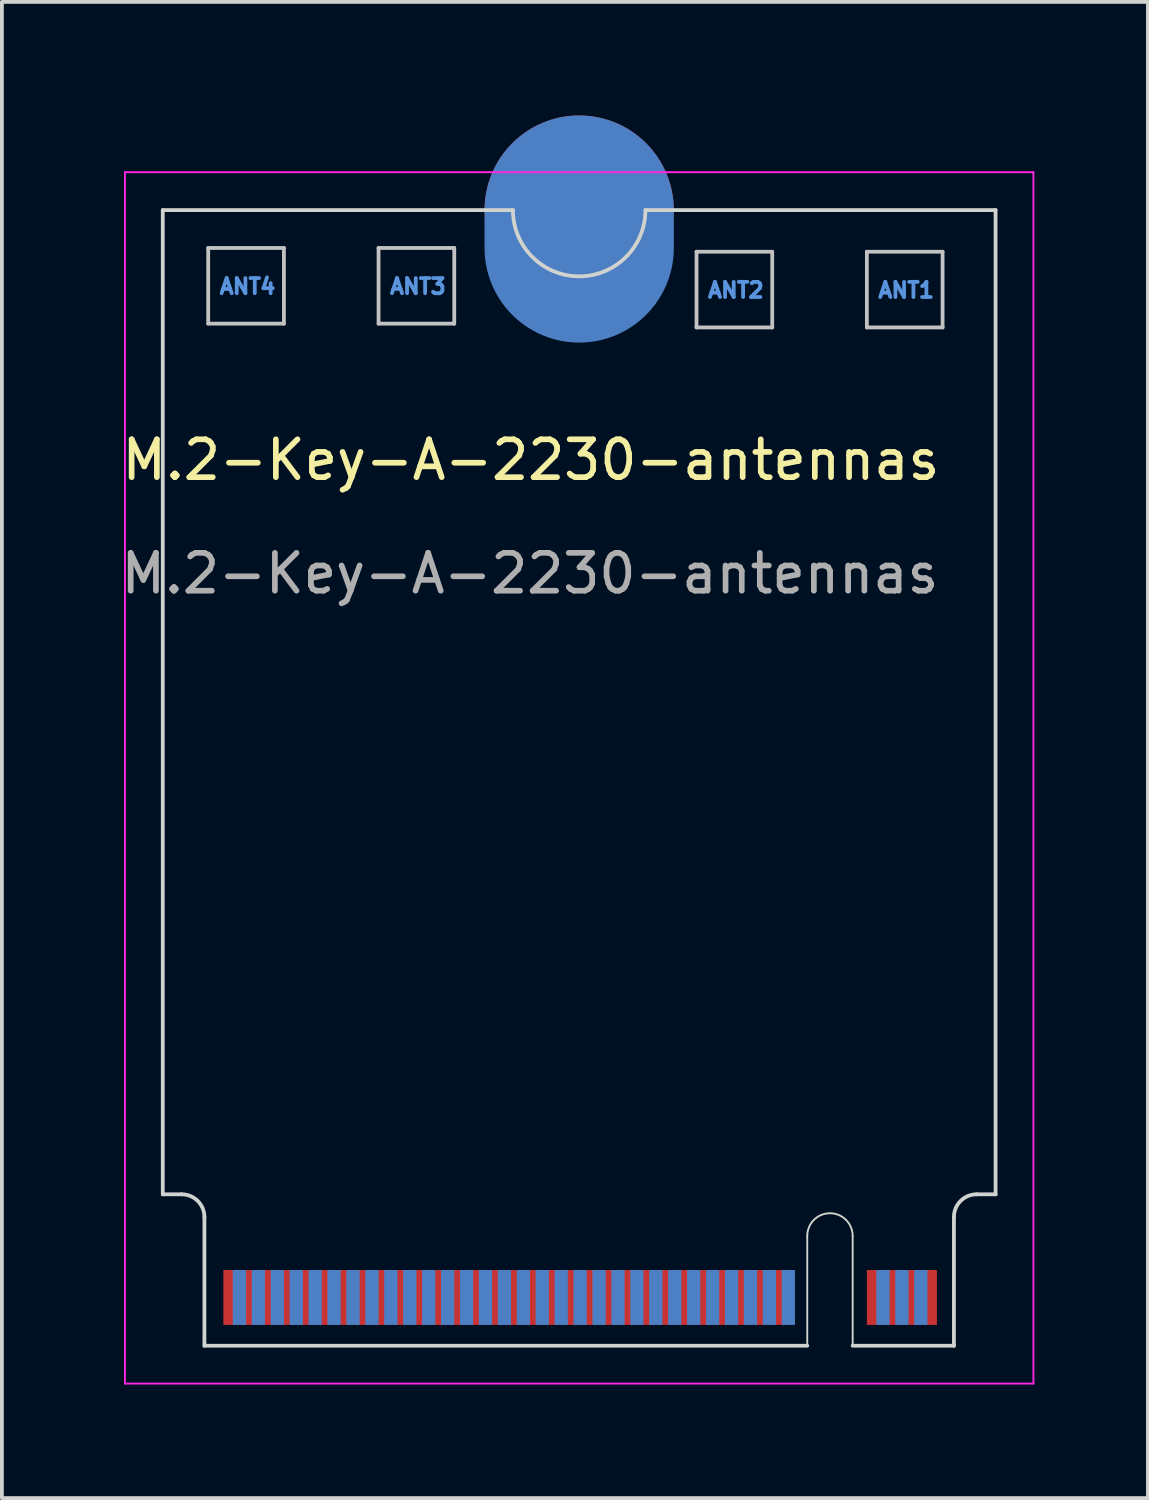
<source format=kicad_pcb>
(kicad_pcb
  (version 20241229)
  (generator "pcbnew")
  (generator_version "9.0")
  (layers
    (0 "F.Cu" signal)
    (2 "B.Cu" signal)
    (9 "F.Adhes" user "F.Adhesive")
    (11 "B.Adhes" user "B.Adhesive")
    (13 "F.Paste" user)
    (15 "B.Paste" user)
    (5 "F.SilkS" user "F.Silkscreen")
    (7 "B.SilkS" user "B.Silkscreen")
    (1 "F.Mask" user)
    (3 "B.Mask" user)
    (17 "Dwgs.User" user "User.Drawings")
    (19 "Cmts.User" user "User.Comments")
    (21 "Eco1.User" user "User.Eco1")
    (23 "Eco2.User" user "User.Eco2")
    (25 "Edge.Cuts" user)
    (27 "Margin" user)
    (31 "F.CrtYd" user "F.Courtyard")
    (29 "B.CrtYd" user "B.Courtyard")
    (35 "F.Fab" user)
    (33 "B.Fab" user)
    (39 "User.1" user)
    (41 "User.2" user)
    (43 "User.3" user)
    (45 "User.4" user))
  (footprint "M.2-Key-A-2230-antennas"
    (layer "F.Cu")
    (at 0.25 1.5)
    (property "Reference" "M.2-Key-A-2230-antennas" (at 10.725 7.6 0) (unlocked yes) (layer "F.SilkS") (effects (font (size 1 1) (thickness 0.15))))
    (fp_line (start 2.2 2) (end 2.2 4) (stroke (width 0.1) (type default)) (layer "Dwgs.User"))
    (fp_line (start 2.2 4) (end 4.2 4) (stroke (width 0.1) (type default)) (layer "Dwgs.User"))
    (fp_line (start 4.2 2) (end 2.2 2) (stroke (width 0.1) (type default)) (layer "Dwgs.User"))
    (fp_line (start 4.2 4) (end 4.2 2) (stroke (width 0.1) (type default)) (layer "Dwgs.User"))
    (fp_line (start 6.7 2) (end 8.7 2) (stroke (width 0.1) (type default)) (layer "Dwgs.User"))
    (fp_line (start 6.7 4) (end 6.7 2) (stroke (width 0.1) (type default)) (layer "Dwgs.User"))
    (fp_line (start 8.7 2) (end 8.7 4) (stroke (width 0.1) (type default)) (layer "Dwgs.User"))
    (fp_line (start 8.7 4) (end 6.7 4) (stroke (width 0.1) (type default)) (layer "Dwgs.User"))
    (fp_line (start 15.1 2.1) (end 17.1 2.1) (stroke (width 0.1) (type default)) (layer "Dwgs.User"))
    (fp_line (start 15.1 4.1) (end 15.1 2.1) (stroke (width 0.1) (type default)) (layer "Dwgs.User"))
    (fp_line (start 17.1 2.1) (end 17.1 4.1) (stroke (width 0.1) (type default)) (layer "Dwgs.User"))
    (fp_line (start 17.1 4.1) (end 15.1 4.1) (stroke (width 0.1) (type default)) (layer "Dwgs.User"))
    (fp_line (start 19.6 2.1) (end 21.6 2.1) (stroke (width 0.1) (type default)) (layer "Dwgs.User"))
    (fp_line (start 19.6 4.1) (end 19.6 2.1) (stroke (width 0.1) (type default)) (layer "Dwgs.User"))
    (fp_line (start 21.6 2.1) (end 21.6 4.1) (stroke (width 0.1) (type default)) (layer "Dwgs.User"))
    (fp_line (start 21.6 4.1) (end 19.6 4.1) (stroke (width 0.1) (type default)) (layer "Dwgs.User"))
    (fp_line (start 1 1) (end 1 27) (stroke (width 0.1) (type default)) (layer "Edge.Cuts"))
    (fp_line (start 1 1) (end 10.25 1) (stroke (width 0.1) (type default)) (layer "Edge.Cuts"))
    (fp_line (start 1 27) (end 1.5 27) (stroke (width 0.1) (type default)) (layer "Edge.Cuts"))
    (fp_line (start 2.1 27.6) (end 2.1 31) (stroke (width 0.1) (type default)) (layer "Edge.Cuts"))
    (fp_line (start 2.1 31) (end 18.025 31) (stroke (width 0.1) (type default)) (layer "Edge.Cuts"))
    (fp_line (start 18.025 31) (end 18.025 28.1) (stroke (width 0.05) (type default)) (layer "Edge.Cuts"))
    (fp_line (start 19.225 28.1) (end 19.225 31) (stroke (width 0.05) (type default)) (layer "Edge.Cuts"))
    (fp_line (start 19.225 31) (end 21.9 31) (stroke (width 0.1) (type default)) (layer "Edge.Cuts"))
    (fp_line (start 21.9 27.6) (end 21.9 31) (stroke (width 0.1) (type default)) (layer "Edge.Cuts"))
    (fp_line (start 23 1) (end 13.75 1) (stroke (width 0.1) (type default)) (layer "Edge.Cuts"))
    (fp_line (start 23 1) (end 23 27) (stroke (width 0.1) (type default)) (layer "Edge.Cuts"))
    (fp_line (start 23 27) (end 22.5 27) (stroke (width 0.1) (type default)) (layer "Edge.Cuts"))
    (fp_arc (start 1.5 27) (mid 1.924264 27.175736) (end 2.1 27.6) (stroke (width 0.1) (type default)) (layer "Edge.Cuts"))
    (fp_arc (start 13.75 1) (mid 12 2.75) (end 10.25 1) (stroke (width 0.1) (type default)) (layer "Edge.Cuts"))
    (fp_arc (start 18.025 28.1) (mid 18.625 27.5) (end 19.225 28.1) (stroke (width 0.05) (type default)) (layer "Edge.Cuts"))
    (fp_arc (start 21.9 27.6) (mid 22.075736 27.175736) (end 22.5 27) (stroke (width 0.1) (type default)) (layer "Edge.Cuts"))
    (fp_line (start 0 0) (end 0 32) (stroke (width 0.05) (type default)) (layer "F.CrtYd"))
    (fp_line (start 0 32) (end 24 32) (stroke (width 0.05) (type default)) (layer "F.CrtYd"))
    (fp_line (start 24 0) (end 0 0) (stroke (width 0.05) (type default)) (layer "F.CrtYd"))
    (fp_line (start 24 32) (end 24 0) (stroke (width 0.05) (type default)) (layer "F.CrtYd"))
    (fp_text user "ANT1" (at 19.85 3.35 0) (unlocked yes) (layer "Cmts.User") (effects (font (size 0.4 0.4) (thickness 0.1) (bold yes)) (justify left bottom)))
    (fp_text user "ANT2" (at 15.35 3.35 0) (unlocked yes) (layer "Cmts.User") (effects (font (size 0.4 0.4) (thickness 0.1) (bold yes)) (justify left bottom)))
    (fp_text user "ANT3" (at 6.95 3.25 0) (unlocked yes) (layer "Cmts.User") (effects (font (size 0.4 0.4) (thickness 0.1) (bold yes)) (justify left bottom)))
    (fp_text user "ANT4" (at 2.45 3.25 0) (unlocked yes) (layer "Cmts.User") (effects (font (size 0.4 0.4) (thickness 0.1) (bold yes)) (justify left bottom)))
    (fp_text user "${REFERENCE}" (at 10.7 10.6 0) (unlocked yes) (layer "F.Fab") (effects (font (size 1 1) (thickness 0.15))))
    (pad "1" connect rect (at 21.275 29.725) (size 0.35 1.45) (layers "F.Cu" "F.Mask"))
    (pad "2" connect rect (at 21.025 29.725) (size 0.35 1.45) (layers "B.Cu" "B.Mask"))
    (pad "3" connect rect (at 20.775 29.725) (size 0.35 1.45) (layers "F.Cu" "F.Mask"))
    (pad "4" connect rect (at 20.525 29.725) (size 0.35 1.45) (layers "B.Cu" "B.Mask"))
    (pad "5" connect rect (at 20.275 29.725) (size 0.35 1.45) (layers "F.Cu" "F.Mask"))
    (pad "6" connect rect (at 20.025 29.725) (size 0.35 1.45) (layers "B.Cu" "B.Mask"))
    (pad "7" connect rect (at 19.775 29.725) (size 0.35 1.45) (layers "F.Cu" "F.Mask"))
    (pad "16" connect rect (at 17.525 29.725) (size 0.35 1.45) (layers "B.Cu" "B.Mask"))
    (pad "17" connect rect (at 17.275 29.725) (size 0.35 1.45) (layers "F.Cu" "F.Mask"))
    (pad "18" connect rect (at 17.025 29.725) (size 0.35 1.45) (layers "B.Cu" "B.Mask"))
    (pad "19" connect rect (at 16.775 29.725) (size 0.35 1.45) (layers "F.Cu" "F.Mask"))
    (pad "20" connect rect (at 16.525 29.725) (size 0.35 1.45) (layers "B.Cu" "B.Mask"))
    (pad "21" connect rect (at 16.275 29.725) (size 0.35 1.45) (layers "F.Cu" "F.Mask"))
    (pad "22" connect rect (at 16.025 29.725) (size 0.35 1.45) (layers "B.Cu" "B.Mask"))
    (pad "23" connect rect (at 15.775 29.725) (size 0.35 1.45) (layers "F.Cu" "F.Mask"))
    (pad "24" connect rect (at 15.525 29.725) (size 0.35 1.45) (layers "B.Cu" "B.Mask"))
    (pad "25" connect rect (at 15.275 29.725) (size 0.35 1.45) (layers "F.Cu" "F.Mask"))
    (pad "26" connect rect (at 15.025 29.725) (size 0.35 1.45) (layers "B.Cu" "B.Mask"))
    (pad "27" connect rect (at 14.775 29.725) (size 0.35 1.45) (layers "F.Cu" "F.Mask"))
    (pad "28" connect rect (at 14.525 29.725) (size 0.35 1.45) (layers "B.Cu" "B.Mask"))
    (pad "29" connect rect (at 14.275 29.725) (size 0.35 1.45) (layers "F.Cu" "F.Mask"))
    (pad "30" connect rect (at 14.025 29.725) (size 0.35 1.45) (layers "B.Cu" "B.Mask"))
    (pad "31" connect rect (at 13.775 29.725) (size 0.35 1.45) (layers "F.Cu" "F.Mask"))
    (pad "32" connect rect (at 13.525 29.725) (size 0.35 1.45) (layers "B.Cu" "B.Mask"))
    (pad "33" connect rect (at 13.275 29.725) (size 0.35 1.45) (layers "F.Cu" "F.Mask"))
    (pad "34" connect rect (at 13.025 29.725) (size 0.35 1.45) (layers "B.Cu" "B.Mask"))
    (pad "35" connect rect (at 12.775 29.725) (size 0.35 1.45) (layers "F.Cu" "F.Mask"))
    (pad "36" connect rect (at 12.525 29.725) (size 0.35 1.45) (layers "B.Cu" "B.Mask"))
    (pad "37" connect rect (at 12.275 29.725) (size 0.35 1.45) (layers "F.Cu" "F.Mask"))
    (pad "38" connect rect (at 12.025 29.725) (size 0.35 1.45) (layers "B.Cu" "B.Mask"))
    (pad "39" connect rect (at 11.775 29.725) (size 0.35 1.45) (layers "F.Cu" "F.Mask"))
    (pad "40" connect rect (at 11.525 29.725) (size 0.35 1.45) (layers "B.Cu" "B.Mask"))
    (pad "41" connect rect (at 11.275 29.725) (size 0.35 1.45) (layers "F.Cu" "F.Mask"))
    (pad "42" connect rect (at 11.025 29.725) (size 0.35 1.45) (layers "B.Cu" "B.Mask"))
    (pad "43" connect rect (at 10.775 29.725) (size 0.35 1.45) (layers "F.Cu" "F.Mask"))
    (pad "44" connect rect (at 10.525 29.725) (size 0.35 1.45) (layers "B.Cu" "B.Mask"))
    (pad "45" connect rect (at 10.275 29.725) (size 0.35 1.45) (layers "F.Cu" "F.Mask"))
    (pad "46" connect rect (at 10.025 29.725) (size 0.35 1.45) (layers "B.Cu" "B.Mask"))
    (pad "47" connect rect (at 9.775 29.725) (size 0.35 1.45) (layers "F.Cu" "F.Mask"))
    (pad "48" connect rect (at 9.525 29.725) (size 0.35 1.45) (layers "B.Cu" "B.Mask"))
    (pad "49" connect rect (at 9.275 29.725) (size 0.35 1.45) (layers "F.Cu" "F.Mask"))
    (pad "50" connect rect (at 9.025 29.725) (size 0.35 1.45) (layers "B.Cu" "B.Mask"))
    (pad "51" connect rect (at 8.775 29.725) (size 0.35 1.45) (layers "F.Cu" "F.Mask"))
    (pad "52" connect rect (at 8.525 29.725) (size 0.35 1.45) (layers "B.Cu" "B.Mask"))
    (pad "53" connect rect (at 8.275 29.725) (size 0.35 1.45) (layers "F.Cu" "F.Mask"))
    (pad "54" connect rect (at 8.025 29.725) (size 0.35 1.45) (layers "B.Cu" "B.Mask"))
    (pad "55" connect rect (at 7.775 29.725) (size 0.35 1.45) (layers "F.Cu" "F.Mask"))
    (pad "56" connect rect (at 7.525 29.725) (size 0.35 1.45) (layers "B.Cu" "B.Mask"))
    (pad "57" connect rect (at 7.275 29.725) (size 0.35 1.45) (layers "F.Cu" "F.Mask"))
    (pad "58" connect rect (at 7.025 29.725) (size 0.35 1.45) (layers "B.Cu" "B.Mask"))
    (pad "59" connect rect (at 6.775 29.725) (size 0.35 1.45) (layers "F.Cu" "F.Mask"))
    (pad "60" connect rect (at 6.525 29.725) (size 0.35 1.45) (layers "B.Cu" "B.Mask"))
    (pad "61" connect rect (at 6.275 29.725) (size 0.35 1.45) (layers "F.Cu" "F.Mask"))
    (pad "62" connect rect (at 6.025 29.725) (size 0.35 1.45) (layers "B.Cu" "B.Mask"))
    (pad "63" connect rect (at 5.775 29.725) (size 0.35 1.45) (layers "F.Cu" "F.Mask"))
    (pad "64" connect rect (at 5.525 29.725) (size 0.35 1.45) (layers "B.Cu" "B.Mask"))
    (pad "65" connect rect (at 5.275 29.725) (size 0.35 1.45) (layers "F.Cu" "F.Mask"))
    (pad "66" connect rect (at 5.025 29.725) (size 0.35 1.45) (layers "B.Cu" "B.Mask"))
    (pad "67" connect rect (at 4.775 29.725) (size 0.35 1.45) (layers "F.Cu" "F.Mask"))
    (pad "68" connect rect (at 4.525 29.725) (size 0.35 1.45) (layers "B.Cu" "B.Mask"))
    (pad "69" connect rect (at 4.275 29.725) (size 0.35 1.45) (layers "F.Cu" "F.Mask"))
    (pad "70" connect rect (at 4.025 29.725) (size 0.35 1.45) (layers "B.Cu" "B.Mask"))
    (pad "71" connect rect (at 3.775 29.725) (size 0.35 1.45) (layers "F.Cu" "F.Mask"))
    (pad "72" connect rect (at 3.525 29.725) (size 0.35 1.45) (layers "B.Cu" "B.Mask"))
    (pad "73" connect rect (at 3.275 29.725) (size 0.35 1.45) (layers "F.Cu" "F.Mask"))
    (pad "74" connect rect (at 3.025 29.725) (size 0.35 1.45) (layers "B.Cu" "B.Mask"))
    (pad "75" connect rect (at 2.775 29.725) (size 0.35 1.45) (layers "F.Cu" "F.Mask"))
    (pad "76" connect circle (at 12 1) (size 5 5) (layers "F.Cu" "F.Mask"))
    (pad "76" connect oval (at 12 1.5) (size 5 6) (layers "B.Cu" "B.Mask"))
    (zone (net_name "") (layer "F.Cu") (name "TOP COMPONENT KEEPOUT") (hatch edge 0.5) (connect_pads) (min_thickness 0.25) (filled_areas_thickness no) (keepout (tracks allowed) (vias allowed) (pads allowed) (copperpour allowed) (footprints not_allowed)) (placement (enabled no)) (fill) (polygon (pts (xy 2.35 32.5) (xy 2.35 28.5) (xy 22.15 28.5) (xy 22.15 32.5))))
    (zone (net_name "") (layers "F.Cu" "B.Cu") (name "ANTENNAS") (hatch edge 0.5) (connect_pads) (min_thickness 0.25) (filled_areas_thickness no) (keepout (tracks allowed) (vias allowed) (pads not_allowed) (copperpour allowed) (footprints not_allowed)) (placement (enabled no)) (fill) (polygon (pts (xy 23.25 6.3) (xy 21.85 6.3) (xy 21.85 3.6) (xy 19.85 3.6) (xy 19.85 5.6) (xy 21.85 5.6) (xy 21.85 6.3) (xy 17.35 6.3) (xy 17.35 3.6) (xy 15.35 3.6) (xy 15.35 5.6) (xy 17.35 5.6) (xy 17.35 6.3) (xy 8.95 6.3) (xy 8.95 3.5) (xy 6.95 3.5) (xy 6.95 5.5) (xy 8.95 5.5) (xy 8.95 6.3) (xy 4.45 6.3) (xy 4.45 3.5) (xy 2.45 3.5) (xy 2.45 5.5) (xy 4.45 5.5) (xy 4.45 6.3) (xy 1.25 6.3) (xy 1.25 2.5) (xy 23.25 2.5))))
    (zone (net_name "") (layers "F.Cu" "Dwgs.User") (name "ANT4") (hatch edge 0.5) (connect_pads) (min_thickness 0.25) (filled_areas_thickness no) (keepout (tracks allowed) (vias allowed) (pads allowed) (copperpour not_allowed) (footprints allowed)) (placement (enabled no)) (fill) (polygon (pts (xy 2.45 3.5) (xy 4.45 3.5) (xy 4.45 5.5) (xy 2.45 5.5))))
    (zone (net_name "") (layers "F.Cu" "Dwgs.User") (name "ANT3") (hatch edge 0.5) (connect_pads) (min_thickness 0.25) (filled_areas_thickness no) (keepout (tracks allowed) (vias allowed) (pads allowed) (copperpour not_allowed) (footprints allowed)) (placement (enabled no)) (fill) (polygon (pts (xy 6.95 3.5) (xy 8.95 3.5) (xy 8.95 5.5) (xy 6.95 5.5))))
    (zone (net_name "") (layers "F.Cu" "Dwgs.User") (name "ANT2") (hatch edge 0.5) (connect_pads) (min_thickness 0.25) (filled_areas_thickness no) (keepout (tracks allowed) (vias allowed) (pads allowed) (copperpour not_allowed) (footprints allowed)) (placement (enabled no)) (fill) (polygon (pts (xy 15.35 3.6) (xy 17.35 3.6) (xy 17.35 5.6) (xy 15.35 5.6))))
    (zone (net_name "") (layers "F.Cu" "Dwgs.User") (name "ANT1") (hatch edge 0.5) (connect_pads) (min_thickness 0.25) (filled_areas_thickness no) (keepout (tracks allowed) (vias allowed) (pads allowed) (copperpour not_allowed) (footprints allowed)) (placement (enabled no)) (fill) (polygon (pts (xy 19.85 3.6) (xy 21.85 3.6) (xy 21.85 5.6) (xy 19.85 5.6))))
    (zone (net_name "") (layer "B.Cu") (name "BOTTOM COMPONENT KEEPOUT") (hatch edge 0.5) (connect_pads) (min_thickness 0.25) (filled_areas_thickness no) (keepout (tracks allowed) (vias allowed) (pads allowed) (copperpour allowed) (footprints not_allowed)) (placement (enabled no)) (fill) (polygon (pts (xy 2.35 32.5) (xy 22.15 32.5) (xy 22.15 28.5) (xy 23.25 28.5) (xy 23.25 27.3) (xy 1.25 27.3) (xy 1.25 28.5) (xy 2.35 28.5)))))
  (gr_rect
    (start -3 -3)
    (end 27.275 36.525)
    (stroke (width 0.1) (type default))
    (fill no)
    (layer "Edge.Cuts")))
</source>
